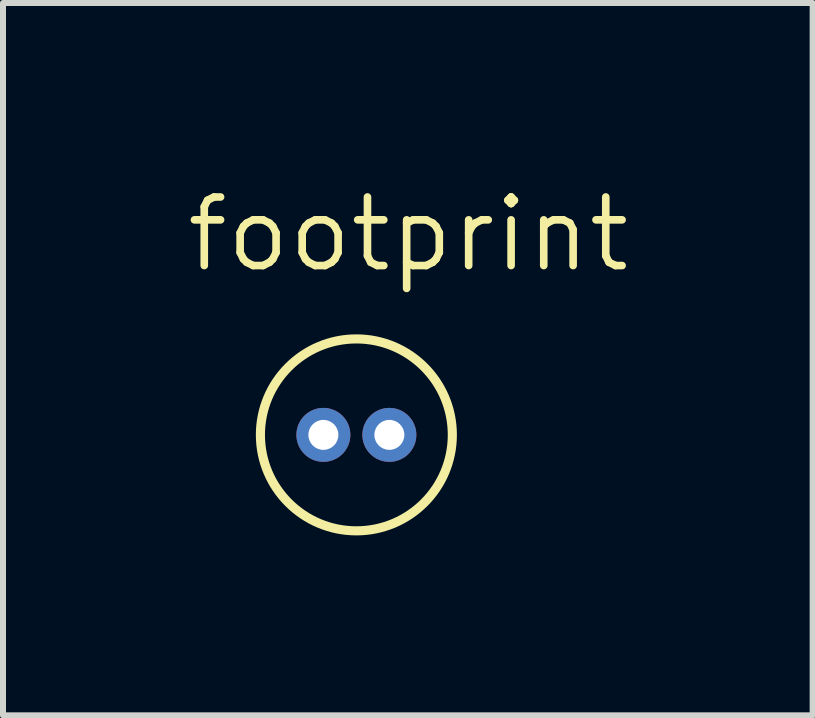
<source format=kicad_pcb>
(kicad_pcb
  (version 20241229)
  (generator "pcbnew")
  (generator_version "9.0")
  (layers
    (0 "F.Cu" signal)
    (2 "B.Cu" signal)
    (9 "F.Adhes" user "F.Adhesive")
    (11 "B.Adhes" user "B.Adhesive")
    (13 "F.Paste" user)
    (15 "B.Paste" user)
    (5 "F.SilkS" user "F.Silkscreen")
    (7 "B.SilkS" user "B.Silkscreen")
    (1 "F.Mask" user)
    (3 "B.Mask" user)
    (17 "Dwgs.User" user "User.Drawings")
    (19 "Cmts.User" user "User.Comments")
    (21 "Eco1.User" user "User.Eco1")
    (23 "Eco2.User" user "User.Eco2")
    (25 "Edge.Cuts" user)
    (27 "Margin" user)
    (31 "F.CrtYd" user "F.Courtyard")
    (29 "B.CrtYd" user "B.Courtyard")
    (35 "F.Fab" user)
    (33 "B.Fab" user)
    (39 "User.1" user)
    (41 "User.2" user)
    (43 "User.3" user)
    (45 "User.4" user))
  (footprint "footprint"
    (layer "F.Cu")
    (at 2.892 4.201)
    (property "Reference" "footprint" (at -2.892 -2.677 0) (layer "F.SilkS") (effects (font (size 1.143 1.143) (thickness 0.127)) (justify left bottom)))
    (fp_circle (center 0 0) (end 1.6 0) (stroke (width 0.152) (type solid)) (fill no) (layer "F.SilkS"))
    (pad "1" thru_hole circle (at -0.55 0) (size 0.9 0.9) (drill 0.5) (layers "*.Cu" "*.Mask"))
    (pad "2" thru_hole circle (at 0.55 0) (size 0.9 0.9) (drill 0.5) (layers "*.Cu" "*.Mask")))
  (gr_rect
    (start -3 -3)
    (end 10.5 8.877)
    (stroke (width 0.1) (type default))
    (fill no)
    (layer "Edge.Cuts")))
</source>
